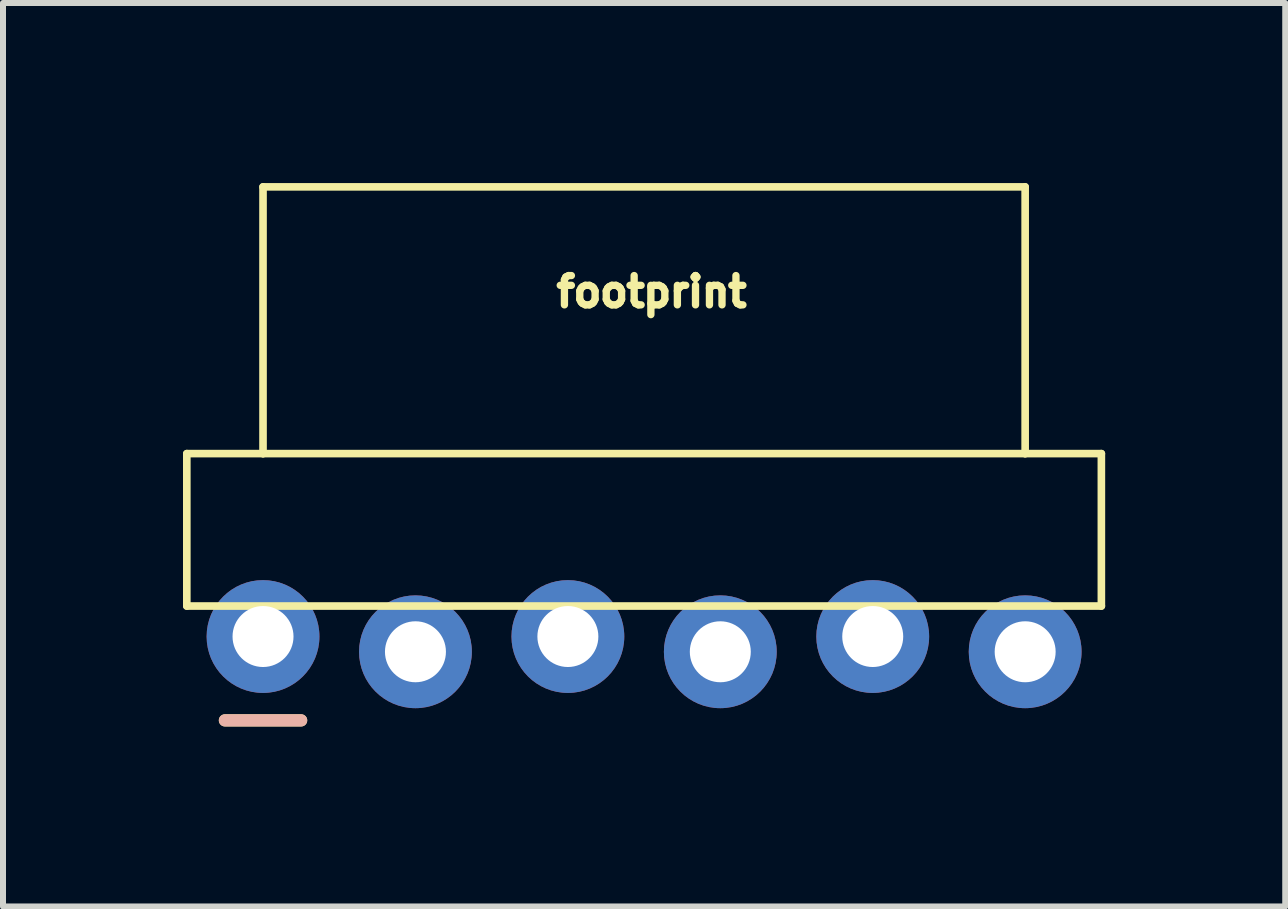
<source format=kicad_pcb>
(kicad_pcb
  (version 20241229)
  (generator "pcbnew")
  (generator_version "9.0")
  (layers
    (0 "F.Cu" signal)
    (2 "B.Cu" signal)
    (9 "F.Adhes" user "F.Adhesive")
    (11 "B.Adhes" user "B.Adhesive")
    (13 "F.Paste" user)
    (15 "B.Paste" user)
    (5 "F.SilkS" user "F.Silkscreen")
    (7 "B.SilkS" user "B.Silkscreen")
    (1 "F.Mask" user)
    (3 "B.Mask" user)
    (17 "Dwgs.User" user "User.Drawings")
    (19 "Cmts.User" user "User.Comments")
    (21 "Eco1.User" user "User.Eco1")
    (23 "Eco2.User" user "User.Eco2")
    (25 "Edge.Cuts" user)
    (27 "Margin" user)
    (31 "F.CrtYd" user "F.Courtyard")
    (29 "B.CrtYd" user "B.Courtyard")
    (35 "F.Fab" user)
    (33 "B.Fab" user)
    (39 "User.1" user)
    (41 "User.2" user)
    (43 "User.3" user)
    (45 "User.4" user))
  (footprint "footprint"
    (layer "F.Cu")
    (at 1.333 7.684)
    (property "Reference" "footprint" (at 4.826 -5.588 0) (layer "F.SilkS") (effects (font (size 0.488 0.488) (thickness 0.122)) (justify left bottom)))
    (fp_line (start -1.27 -0.635) (end -1.27 -3.175) (stroke (width 0.127) (type solid)) (layer "F.SilkS"))
    (fp_line (start 0 -7.62) (end 12.7 -7.62) (stroke (width 0.127) (type solid)) (layer "F.SilkS"))
    (fp_line (start 0 -3.175) (end -1.27 -3.175) (stroke (width 0.127) (type solid)) (layer "F.SilkS"))
    (fp_line (start 0 -3.175) (end 0 -7.62) (stroke (width 0.127) (type solid)) (layer "F.SilkS"))
    (fp_line (start 0.635 1.27) (end -0.635 1.27) (stroke (width 0.203) (type solid)) (layer "F.SilkS"))
    (fp_line (start 12.7 -7.62) (end 12.7 -3.175) (stroke (width 0.127) (type solid)) (layer "F.SilkS"))
    (fp_line (start 12.7 -3.175) (end 0 -3.175) (stroke (width 0.127) (type solid)) (layer "F.SilkS"))
    (fp_line (start 13.97 -3.175) (end 12.7 -3.175) (stroke (width 0.127) (type solid)) (layer "F.SilkS"))
    (fp_line (start 13.97 -0.635) (end -1.27 -0.635) (stroke (width 0.127) (type solid)) (layer "F.SilkS"))
    (fp_line (start 13.97 -0.635) (end 13.97 -3.175) (stroke (width 0.127) (type solid)) (layer "F.SilkS"))
    (fp_line (start -0.635 1.27) (end 0.635 1.27) (stroke (width 0.203) (type solid)) (layer "B.SilkS"))
    (pad "1" thru_hole circle (at 0 -0.127) (size 1.88 1.88) (drill 1.016) (layers "*.Cu" "*.Mask"))
    (pad "2" thru_hole circle (at 2.54 0.127) (size 1.88 1.88) (drill 1.016) (layers "*.Cu" "*.Mask"))
    (pad "3" thru_hole circle (at 5.08 -0.127) (size 1.88 1.88) (drill 1.016) (layers "*.Cu" "*.Mask"))
    (pad "4" thru_hole circle (at 7.62 0.127) (size 1.88 1.88) (drill 1.016) (layers "*.Cu" "*.Mask"))
    (pad "5" thru_hole circle (at 10.16 -0.127) (size 1.88 1.88) (drill 1.016) (layers "*.Cu" "*.Mask"))
    (pad "6" thru_hole circle (at 12.7 0.127) (size 1.88 1.88) (drill 1.016) (layers "*.Cu" "*.Mask")))
  (gr_rect
    (start -3 -3)
    (end 18.367 12.055)
    (stroke (width 0.1) (type default))
    (fill no)
    (layer "Edge.Cuts")))
</source>
